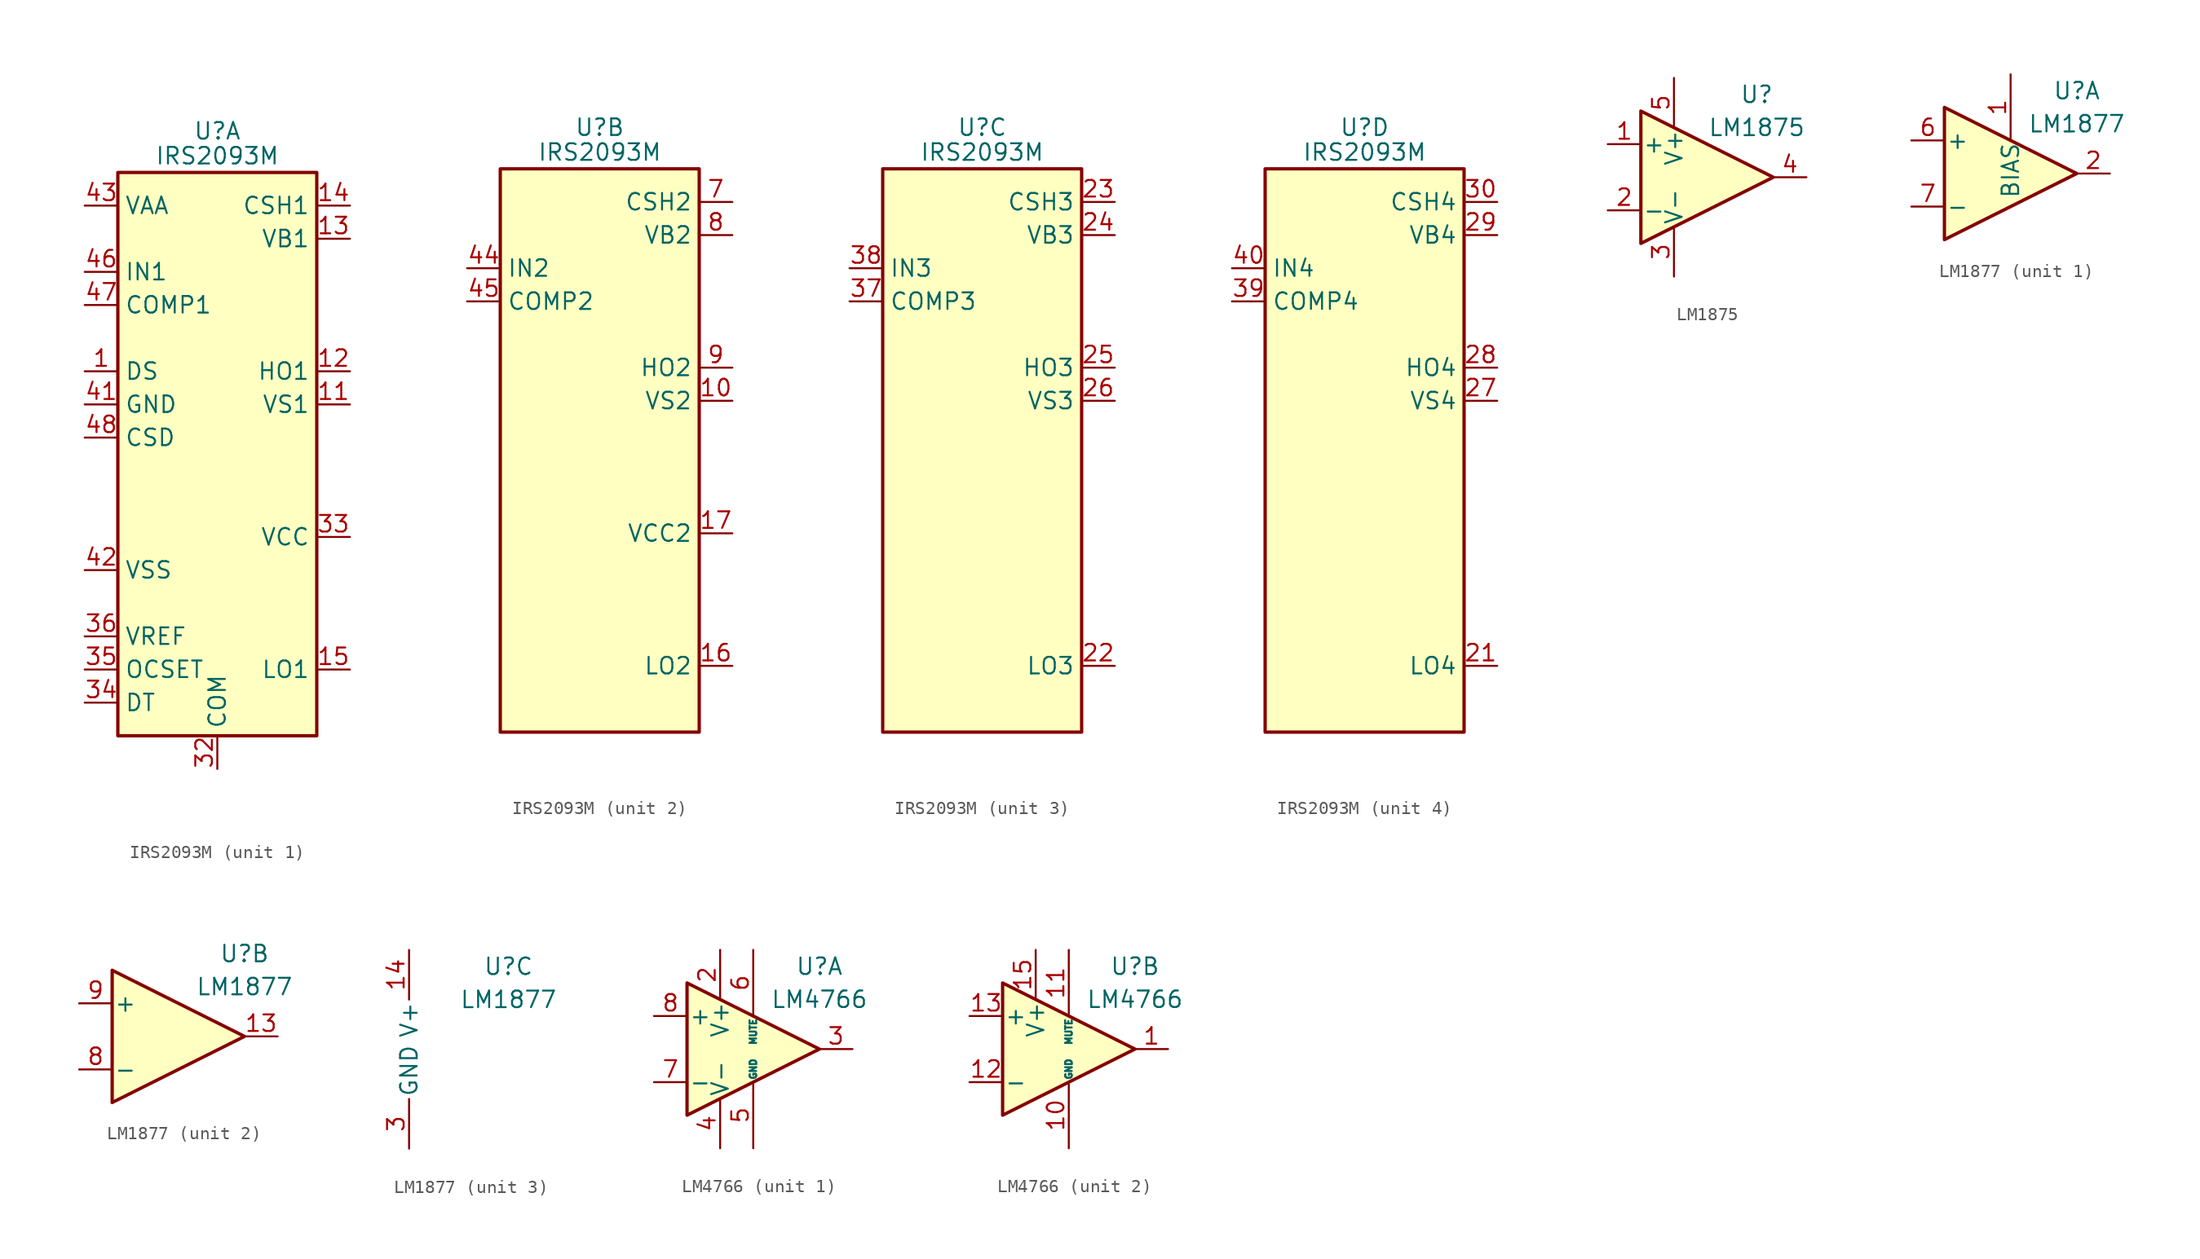
<source format=kicad_sym>
(kicad_symbol_lib
  (version 20201005)
  (generator kicad_symbol_editor)
  (symbol "IRS2093M"
    (property "Reference" "U"
      (at 0 26.035 0)
      (effects (font (size 1.27 1.27))))
    (property "Value" "IRS2093M"
      (at 0 24.13 0)
      (effects (font (size 1.27 1.27))))
    (property "ki_locked" ""
      (at 0 0 0)
      (effects (font (size 1.27 1.27))))
    (symbol "IRS2093M_0_1"
      (rectangle (start -7.62 -20.32) (end 7.62 22.86) (stroke (width 0.254)) (fill (type background))))
    (symbol "IRS2093M_1_1"
      (pin input line (at -10.16 7.62 0) (length 2.54) (name "DS" (effects (font (size 1.27 1.27)))) (number "1" (effects (font (size 1.27 1.27)))))
      (pin passive line (at 10.16 5.08 180) (length 2.54) (name "VS1" (effects (font (size 1.27 1.27)))) (number "11" (effects (font (size 1.27 1.27)))))
      (pin output line (at 10.16 7.62 180) (length 2.54) (name "HO1" (effects (font (size 1.27 1.27)))) (number "12" (effects (font (size 1.27 1.27)))))
      (pin power_in line (at 10.16 17.78 180) (length 2.54) (name "VB1" (effects (font (size 1.27 1.27)))) (number "13" (effects (font (size 1.27 1.27)))))
      (pin passive line (at 10.16 20.32 180) (length 2.54) (name "CSH1" (effects (font (size 1.27 1.27)))) (number "14" (effects (font (size 1.27 1.27)))))
      (pin output line (at 10.16 -15.24 180) (length 2.54) (name "LO1" (effects (font (size 1.27 1.27)))) (number "15" (effects (font (size 1.27 1.27)))))
      (pin no_connect line (at 7.62 15.24 180) (length 2.54) hide (name "NC" (effects (font (size 1.27 1.27)))) (number "18" (effects (font (size 1.27 1.27)))))
      (pin no_connect line (at 7.62 12.7 180) (length 2.54) hide (name "NC" (effects (font (size 1.27 1.27)))) (number "19" (effects (font (size 1.27 1.27)))))
      (pin no_connect line (at -7.62 17.78 0) (length 2.54) hide (name "NC" (effects (font (size 1.27 1.27)))) (number "2" (effects (font (size 1.27 1.27)))))
      (pin passive line (at 0 -22.86 90) (length 2.54) hide (name "COM" (effects (font (size 1.27 1.27)))) (number "20" (effects (font (size 1.27 1.27)))))
      (pin no_connect line (at -7.62 10.16 0) (length 2.54) hide (name "NC" (effects (font (size 1.27 1.27)))) (number "3" (effects (font (size 1.27 1.27)))))
      (pin no_connect line (at 7.62 10.16 180) (length 2.54) hide (name "NC" (effects (font (size 1.27 1.27)))) (number "31" (effects (font (size 1.27 1.27)))))
      (pin power_in line (at 0 -22.86 90) (length 2.54) (name "COM" (effects (font (size 1.27 1.27)))) (number "32" (effects (font (size 1.27 1.27)))))
      (pin power_in line (at 10.16 -5.08 180) (length 2.54) (name "VCC" (effects (font (size 1.27 1.27)))) (number "33" (effects (font (size 1.27 1.27)))))
      (pin passive line (at -10.16 -17.78 0) (length 2.54) (name "DT" (effects (font (size 1.27 1.27)))) (number "34" (effects (font (size 1.27 1.27)))))
      (pin passive line (at -10.16 -15.24 0) (length 2.54) (name "OCSET" (effects (font (size 1.27 1.27)))) (number "35" (effects (font (size 1.27 1.27)))))
      (pin power_out line (at -10.16 -12.7 0) (length 2.54) (name "VREF" (effects (font (size 1.27 1.27)))) (number "36" (effects (font (size 1.27 1.27)))))
      (pin no_connect line (at -7.62 0 0) (length 2.54) hide (name "NC" (effects (font (size 1.27 1.27)))) (number "4" (effects (font (size 1.27 1.27)))))
      (pin power_in line (at -10.16 5.08 0) (length 2.54) (name "GND" (effects (font (size 1.27 1.27)))) (number "41" (effects (font (size 1.27 1.27)))))
      (pin power_in line (at -10.16 -7.62 0) (length 2.54) (name "VSS" (effects (font (size 1.27 1.27)))) (number "42" (effects (font (size 1.27 1.27)))))
      (pin power_in line (at -10.16 20.32 0) (length 2.54) (name "VAA" (effects (font (size 1.27 1.27)))) (number "43" (effects (font (size 1.27 1.27)))))
      (pin input line (at -10.16 15.24 0) (length 2.54) (name "IN1" (effects (font (size 1.27 1.27)))) (number "46" (effects (font (size 1.27 1.27)))))
      (pin output line (at -10.16 12.7 0) (length 2.54) (name "COMP1" (effects (font (size 1.27 1.27)))) (number "47" (effects (font (size 1.27 1.27)))))
      (pin passive line (at -10.16 2.54 0) (length 2.54) (name "CSD" (effects (font (size 1.27 1.27)))) (number "48" (effects (font (size 1.27 1.27)))))
      (pin passive line (at 0 -22.86 90) (length 2.54) hide (name "COM" (effects (font (size 1.27 1.27)))) (number "49" (effects (font (size 1.27 1.27)))))
      (pin no_connect line (at -7.62 -2.54 0) (length 2.54) hide (name "NC" (effects (font (size 1.27 1.27)))) (number "5" (effects (font (size 1.27 1.27)))))
      (pin no_connect line (at -7.62 -5.08 0) (length 2.54) hide (name "NC" (effects (font (size 1.27 1.27)))) (number "6" (effects (font (size 1.27 1.27))))))
    (symbol "IRS2093M_2_1"
      (pin passive line (at 10.16 5.08 180) (length 2.54) (name "VS2" (effects (font (size 1.27 1.27)))) (number "10" (effects (font (size 1.27 1.27)))))
      (pin output line (at 10.16 -15.24 180) (length 2.54) (name "LO2" (effects (font (size 1.27 1.27)))) (number "16" (effects (font (size 1.27 1.27)))))
      (pin power_in line (at 10.16 -5.08 180) (length 2.54) (name "VCC2" (effects (font (size 1.27 1.27)))) (number "17" (effects (font (size 1.27 1.27)))))
      (pin input line (at -10.16 15.24 0) (length 2.54) (name "IN2" (effects (font (size 1.27 1.27)))) (number "44" (effects (font (size 1.27 1.27)))))
      (pin output line (at -10.16 12.7 0) (length 2.54) (name "COMP2" (effects (font (size 1.27 1.27)))) (number "45" (effects (font (size 1.27 1.27)))))
      (pin passive line (at 10.16 20.32 180) (length 2.54) (name "CSH2" (effects (font (size 1.27 1.27)))) (number "7" (effects (font (size 1.27 1.27)))))
      (pin power_in line (at 10.16 17.78 180) (length 2.54) (name "VB2" (effects (font (size 1.27 1.27)))) (number "8" (effects (font (size 1.27 1.27)))))
      (pin output line (at 10.16 7.62 180) (length 2.54) (name "HO2" (effects (font (size 1.27 1.27)))) (number "9" (effects (font (size 1.27 1.27))))))
    (symbol "IRS2093M_3_1"
      (pin output line (at 10.16 -15.24 180) (length 2.54) (name "LO3" (effects (font (size 1.27 1.27)))) (number "22" (effects (font (size 1.27 1.27)))))
      (pin passive line (at 10.16 20.32 180) (length 2.54) (name "CSH3" (effects (font (size 1.27 1.27)))) (number "23" (effects (font (size 1.27 1.27)))))
      (pin power_in line (at 10.16 17.78 180) (length 2.54) (name "VB3" (effects (font (size 1.27 1.27)))) (number "24" (effects (font (size 1.27 1.27)))))
      (pin output line (at 10.16 7.62 180) (length 2.54) (name "HO3" (effects (font (size 1.27 1.27)))) (number "25" (effects (font (size 1.27 1.27)))))
      (pin passive line (at 10.16 5.08 180) (length 2.54) (name "VS3" (effects (font (size 1.27 1.27)))) (number "26" (effects (font (size 1.27 1.27)))))
      (pin output line (at -10.16 12.7 0) (length 2.54) (name "COMP3" (effects (font (size 1.27 1.27)))) (number "37" (effects (font (size 1.27 1.27)))))
      (pin input line (at -10.16 15.24 0) (length 2.54) (name "IN3" (effects (font (size 1.27 1.27)))) (number "38" (effects (font (size 1.27 1.27))))))
    (symbol "IRS2093M_4_1"
      (pin output line (at 10.16 -15.24 180) (length 2.54) (name "LO4" (effects (font (size 1.27 1.27)))) (number "21" (effects (font (size 1.27 1.27)))))
      (pin passive line (at 10.16 5.08 180) (length 2.54) (name "VS4" (effects (font (size 1.27 1.27)))) (number "27" (effects (font (size 1.27 1.27)))))
      (pin output line (at 10.16 7.62 180) (length 2.54) (name "HO4" (effects (font (size 1.27 1.27)))) (number "28" (effects (font (size 1.27 1.27)))))
      (pin power_in line (at 10.16 17.78 180) (length 2.54) (name "VB4" (effects (font (size 1.27 1.27)))) (number "29" (effects (font (size 1.27 1.27)))))
      (pin passive line (at 10.16 20.32 180) (length 2.54) (name "CSH4" (effects (font (size 1.27 1.27)))) (number "30" (effects (font (size 1.27 1.27)))))
      (pin output line (at -10.16 12.7 0) (length 2.54) (name "COMP4" (effects (font (size 1.27 1.27)))) (number "39" (effects (font (size 1.27 1.27)))))
      (pin input line (at -10.16 15.24 0) (length 2.54) (name "IN4" (effects (font (size 1.27 1.27)))) (number "40" (effects (font (size 1.27 1.27)))))))
  (symbol "LM1875"
    (pin_names
      (offset 0.127))
    (property "Reference" "U"
      (at 3.81 6.35 0)
      (effects (font (size 1.27 1.27))))
    (property "Value" "LM1875"
      (at 3.81 3.81 0)
      (effects (font (size 1.27 1.27))))
    (symbol "LM1875_0_1"
      (polyline (pts (xy -5.08 5.08) (xy 5.08 0) (xy -5.08 -5.08) (xy -5.08 5.08)) (stroke (width 0.254)) (fill (type background))))
    (symbol "LM1875_1_1"
      (pin input line (at -7.62 2.54 0) (length 2.54) (name "+" (effects (font (size 1.27 1.27)))) (number "1" (effects (font (size 1.27 1.27)))))
      (pin input line (at -7.62 -2.54 0) (length 2.54) (name "-" (effects (font (size 1.27 1.27)))) (number "2" (effects (font (size 1.27 1.27)))))
      (pin power_in line (at -2.54 -7.62 90) (length 3.81) (name "V-" (effects (font (size 1.27 1.27)))) (number "3" (effects (font (size 1.27 1.27)))))
      (pin output line (at 7.62 0 180) (length 2.54) (name "~" (effects (font (size 1.27 1.27)))) (number "4" (effects (font (size 1.27 1.27)))))
      (pin power_in line (at -2.54 7.62 270) (length 3.81) (name "V+" (effects (font (size 1.27 1.27)))) (number "5" (effects (font (size 1.27 1.27)))))))
  (symbol "LM1877"
    (pin_names
      (offset 0.127))
    (property "Reference" "U"
      (at 5.08 6.35 0)
      (effects (font (size 1.27 1.27))))
    (property "Value" "LM1877"
      (at 5.08 3.81 0)
      (effects (font (size 1.27 1.27))))
    (property "ki_locked" ""
      (at 0 0 0)
      (effects (font (size 1.27 1.27))))
    (symbol "LM1877_1_1"
      (polyline (pts (xy -5.08 5.08) (xy 5.08 0) (xy -5.08 -5.08) (xy -5.08 5.08)) (stroke (width 0.254)) (fill (type background)))
      (pin input line (at 0 7.62 270) (length 5.08) (name "BIAS" (effects (font (size 1.27 1.27)))) (number "1" (effects (font (size 1.27 1.27)))))
      (pin output line (at 7.62 0 180) (length 2.54) (name "~" (effects (font (size 1.27 1.27)))) (number "2" (effects (font (size 1.27 1.27)))))
      (pin input line (at -7.62 2.54 0) (length 2.54) (name "+" (effects (font (size 1.27 1.27)))) (number "6" (effects (font (size 1.27 1.27)))))
      (pin input line (at -7.62 -2.54 0) (length 2.54) (name "-" (effects (font (size 1.27 1.27)))) (number "7" (effects (font (size 1.27 1.27))))))
    (symbol "LM1877_2_1"
      (polyline (pts (xy -5.08 5.08) (xy 5.08 0) (xy -5.08 -5.08) (xy -5.08 5.08)) (stroke (width 0.254)) (fill (type background)))
      (pin output line (at 7.62 0 180) (length 2.54) (name "~" (effects (font (size 1.27 1.27)))) (number "13" (effects (font (size 1.27 1.27)))))
      (pin input line (at -7.62 -2.54 0) (length 2.54) (name "-" (effects (font (size 1.27 1.27)))) (number "8" (effects (font (size 1.27 1.27)))))
      (pin input line (at -7.62 2.54 0) (length 2.54) (name "+" (effects (font (size 1.27 1.27)))) (number "9" (effects (font (size 1.27 1.27))))))
    (symbol "LM1877_3_1"
      (pin passive line (at -2.54 -7.62 90) (length 3.81) hide (name "GND" (effects (font (size 1.27 1.27)))) (number "10" (effects (font (size 1.27 1.27)))))
      (pin passive line (at -2.54 -7.62 90) (length 3.81) hide (name "GND" (effects (font (size 1.27 1.27)))) (number "11" (effects (font (size 1.27 1.27)))))
      (pin passive line (at -2.54 -7.62 90) (length 3.81) hide (name "GND" (effects (font (size 1.27 1.27)))) (number "12" (effects (font (size 1.27 1.27)))))
      (pin power_in line (at -2.54 7.62 270) (length 3.81) (name "V+" (effects (font (size 1.27 1.27)))) (number "14" (effects (font (size 1.27 1.27)))))
      (pin power_in line (at -2.54 -7.62 90) (length 3.81) (name "GND" (effects (font (size 1.27 1.27)))) (number "3" (effects (font (size 1.27 1.27)))))
      (pin passive line (at -2.54 -7.62 90) (length 3.81) hide (name "GND" (effects (font (size 1.27 1.27)))) (number "4" (effects (font (size 1.27 1.27)))))
      (pin passive line (at -2.54 -7.62 90) (length 3.81) hide (name "GND" (effects (font (size 1.27 1.27)))) (number "5" (effects (font (size 1.27 1.27)))))))
  (symbol "LM4766"
    (pin_names
      (offset 0.127))
    (property "Reference" "U"
      (at 5.08 6.35 0)
      (effects (font (size 1.27 1.27))))
    (property "Value" "LM4766"
      (at 5.08 3.81 0)
      (effects (font (size 1.27 1.27))))
    (property "ki_locked" ""
      (at 0 0 0)
      (effects (font (size 1.27 1.27))))
    (symbol "LM4766_0_1"
      (polyline (pts (xy -5.08 5.08) (xy 5.08 0) (xy -5.08 -5.08) (xy -5.08 5.08)) (stroke (width 0.254)) (fill (type background))))
    (symbol "LM4766_1_1"
      (pin power_in line (at -2.54 7.62 270) (length 3.81) (name "V+" (effects (font (size 1.27 1.27)))) (number "2" (effects (font (size 1.27 1.27)))))
      (pin output line (at 7.62 0 180) (length 2.54) (name "~" (effects (font (size 1.27 1.27)))) (number "3" (effects (font (size 1.27 1.27)))))
      (pin power_in line (at -2.54 -7.62 90) (length 3.81) (name "V-" (effects (font (size 1.27 1.27)))) (number "4" (effects (font (size 1.27 1.27)))))
      (pin power_in line (at 0 -7.62 90) (length 5.08) (name "GND" (effects (font (size 0.508 0.508)))) (number "5" (effects (font (size 1.27 1.27)))))
      (pin input line (at 0 7.62 270) (length 5.08) (name "MUTE" (effects (font (size 0.508 0.508)))) (number "6" (effects (font (size 1.27 1.27)))))
      (pin input line (at -7.62 -2.54 0) (length 2.54) (name "-" (effects (font (size 1.27 1.27)))) (number "7" (effects (font (size 1.27 1.27)))))
      (pin input line (at -7.62 2.54 0) (length 2.54) (name "+" (effects (font (size 1.27 1.27)))) (number "8" (effects (font (size 1.27 1.27)))))
      (pin no_connect line (at 0 2.54 270) (length 2.54) hide (name "NC" (effects (font (size 1.27 1.27)))) (number "9" (effects (font (size 1.27 1.27))))))
    (symbol "LM4766_2_1"
      (pin output line (at 7.62 0 180) (length 2.54) (name "~" (effects (font (size 1.27 1.27)))) (number "1" (effects (font (size 1.27 1.27)))))
      (pin power_in line (at 0 -7.62 90) (length 5.08) (name "GND" (effects (font (size 0.508 0.508)))) (number "10" (effects (font (size 1.27 1.27)))))
      (pin input line (at 0 7.62 270) (length 5.08) (name "MUTE" (effects (font (size 0.508 0.508)))) (number "11" (effects (font (size 1.27 1.27)))))
      (pin input line (at -7.62 -2.54 0) (length 2.54) (name "-" (effects (font (size 1.27 1.27)))) (number "12" (effects (font (size 1.27 1.27)))))
      (pin input line (at -7.62 2.54 0) (length 2.54) (name "+" (effects (font (size 1.27 1.27)))) (number "13" (effects (font (size 1.27 1.27)))))
      (pin no_connect line (at 0 2.54 270) (length 2.54) hide (name "NC" (effects (font (size 1.27 1.27)))) (number "14" (effects (font (size 1.27 1.27)))))
      (pin power_in line (at -2.54 7.62 270) (length 3.81) (name "V+" (effects (font (size 1.27 1.27)))) (number "15" (effects (font (size 1.27 1.27))))))))
</source>
